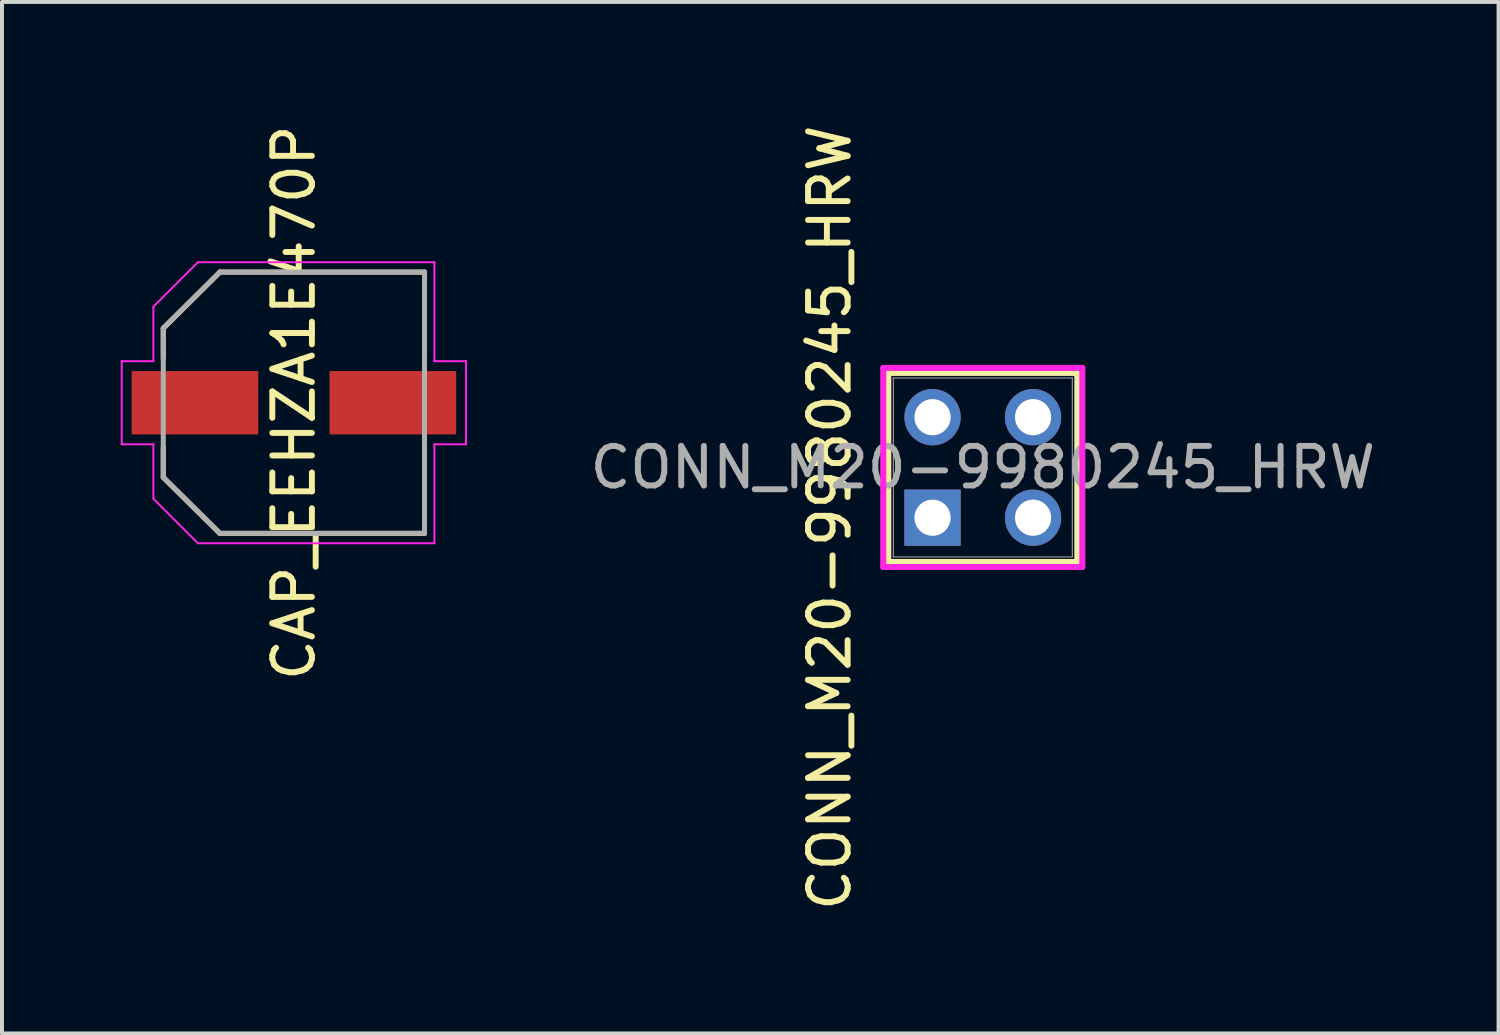
<source format=kicad_pcb>
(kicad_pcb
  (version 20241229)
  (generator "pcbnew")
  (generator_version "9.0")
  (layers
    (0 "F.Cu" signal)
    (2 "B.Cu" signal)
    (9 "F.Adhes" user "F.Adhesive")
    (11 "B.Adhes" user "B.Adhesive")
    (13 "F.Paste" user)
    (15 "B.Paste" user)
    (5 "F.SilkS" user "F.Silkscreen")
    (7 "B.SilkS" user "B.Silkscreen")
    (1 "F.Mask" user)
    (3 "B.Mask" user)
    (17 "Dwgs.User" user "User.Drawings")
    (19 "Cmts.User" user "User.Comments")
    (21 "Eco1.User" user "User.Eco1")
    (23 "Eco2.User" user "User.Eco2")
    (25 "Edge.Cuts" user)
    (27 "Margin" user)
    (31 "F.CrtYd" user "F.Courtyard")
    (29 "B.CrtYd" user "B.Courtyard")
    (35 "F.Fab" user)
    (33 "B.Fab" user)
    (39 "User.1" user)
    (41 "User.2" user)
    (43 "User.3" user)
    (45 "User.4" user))
  (footprint "CAP_EEHZA1E470P"
    (layer "F.Cu")
    (at 4.375 7.125)
    (property "Reference" "CAP_EEHZA1E470P" (at 0 0 90) (layer "F.SilkS") (effects (font (size 1 1) (thickness 0.15))))
    (attr smd)
    (fp_line (start -3.3 -1.12) (end -3.3 -1.88) (stroke (width 0.127) (type solid)) (layer "F.SilkS"))
    (fp_line (start -3.3 1.12) (end -3.3 1.88) (stroke (width 0.127) (type solid)) (layer "F.SilkS"))
    (fp_line (start -3.3 1.89) (end -1.87 3.3) (stroke (width 0.127) (type solid)) (layer "F.SilkS"))
    (fp_line (start -1.87 -3.3) (end -3.3 -1.88) (stroke (width 0.127) (type solid)) (layer "F.SilkS"))
    (fp_line (start -1.87 3.3) (end 3.3 3.3) (stroke (width 0.127) (type solid)) (layer "F.SilkS"))
    (fp_line (start 3.3 -3.3) (end -1.87 -3.3) (stroke (width 0.127) (type solid)) (layer "F.SilkS"))
    (fp_line (start 3.3 -1.12) (end 3.3 -3.3) (stroke (width 0.127) (type solid)) (layer "F.SilkS"))
    (fp_line (start 3.3 3.3) (end 3.3 1.12) (stroke (width 0.127) (type solid)) (layer "F.SilkS"))
    (fp_line (start -4.35 -1.05) (end -3.55 -1.05) (stroke (width 0.05) (type solid)) (layer "F.CrtYd"))
    (fp_line (start -4.35 1.05) (end -4.35 -1.05) (stroke (width 0.05) (type solid)) (layer "F.CrtYd"))
    (fp_line (start -3.55 -2.425) (end -2.425 -3.55) (stroke (width 0.05) (type solid)) (layer "F.CrtYd"))
    (fp_line (start -3.55 -1.05) (end -3.55 -2.425) (stroke (width 0.05) (type solid)) (layer "F.CrtYd"))
    (fp_line (start -3.55 1.05) (end -4.35 1.05) (stroke (width 0.05) (type solid)) (layer "F.CrtYd"))
    (fp_line (start -3.55 2.425) (end -3.55 1.05) (stroke (width 0.05) (type solid)) (layer "F.CrtYd"))
    (fp_line (start -2.425 -3.55) (end 3.55 -3.55) (stroke (width 0.05) (type solid)) (layer "F.CrtYd"))
    (fp_line (start -2.425 3.55) (end -3.55 2.425) (stroke (width 0.05) (type solid)) (layer "F.CrtYd"))
    (fp_line (start 3.55 -3.55) (end 3.55 -1.05) (stroke (width 0.05) (type solid)) (layer "F.CrtYd"))
    (fp_line (start 3.55 -1.05) (end 4.35 -1.05) (stroke (width 0.05) (type solid)) (layer "F.CrtYd"))
    (fp_line (start 3.55 1.05) (end 3.55 3.55) (stroke (width 0.05) (type solid)) (layer "F.CrtYd"))
    (fp_line (start 3.55 3.55) (end -2.425 3.55) (stroke (width 0.05) (type solid)) (layer "F.CrtYd"))
    (fp_line (start 4.35 -1.05) (end 4.35 1.05) (stroke (width 0.05) (type solid)) (layer "F.CrtYd"))
    (fp_line (start 4.35 1.05) (end 3.55 1.05) (stroke (width 0.05) (type solid)) (layer "F.CrtYd"))
    (fp_line (start -3.3 -1.88) (end -3.3 1.88) (stroke (width 0.127) (type solid)) (layer "F.Fab"))
    (fp_line (start -3.3 1.88) (end -1.87 3.3) (stroke (width 0.127) (type solid)) (layer "F.Fab"))
    (fp_line (start -1.87 -3.3) (end -3.3 -1.88) (stroke (width 0.127) (type solid)) (layer "F.Fab"))
    (fp_line (start -1.87 3.3) (end 3.3 3.3) (stroke (width 0.127) (type solid)) (layer "F.Fab"))
    (fp_line (start 3.3 -3.3) (end -1.87 -3.3) (stroke (width 0.127) (type solid)) (layer "F.Fab"))
    (fp_line (start 3.3 3.3) (end 3.3 -3.3) (stroke (width 0.127) (type solid)) (layer "F.Fab"))
    (pad "1" smd rect (at -2.5 0) (size 3.2 1.6) (layers "F.Cu" "F.Mask" "F.Paste"))
    (pad "2" smd rect (at 2.5 0) (size 3.2 1.6) (layers "F.Cu" "F.Mask" "F.Paste")))
  (footprint "CONN_M20-9980245_HRW"
    (layer "F.Cu")
    (at 20.51 10.03)
    (property "Reference" "CONN_M20-9980245_HRW" (at -2.6 0 90) (unlocked yes) (layer "F.SilkS") (effects (font (size 1 1) (thickness 0.15))))
    (attr through_hole)
    (fp_line (start -1.118 -3.658) (end -1.118 1.118) (stroke (width 0.152) (type solid)) (layer "F.SilkS"))
    (fp_line (start -1.118 1.118) (end 3.658 1.118) (stroke (width 0.152) (type solid)) (layer "F.SilkS"))
    (fp_line (start 3.658 -3.658) (end -1.118 -3.658) (stroke (width 0.152) (type solid)) (layer "F.SilkS"))
    (fp_line (start 3.658 1.118) (end 3.658 -3.658) (stroke (width 0.152) (type solid)) (layer "F.SilkS"))
    (fp_line (start -1.245 -3.785) (end -1.245 1.245) (stroke (width 0.152) (type solid)) (layer "F.CrtYd"))
    (fp_line (start -1.245 1.245) (end 3.785 1.245) (stroke (width 0.152) (type solid)) (layer "F.CrtYd"))
    (fp_line (start 3.785 -3.785) (end -1.245 -3.785) (stroke (width 0.152) (type solid)) (layer "F.CrtYd"))
    (fp_line (start 3.785 1.245) (end 3.785 -3.785) (stroke (width 0.152) (type solid)) (layer "F.CrtYd"))
    (fp_line (start -0.991 -3.531) (end -0.991 0.991) (stroke (width 0.025) (type solid)) (layer "F.Fab"))
    (fp_line (start -0.991 0.991) (end 3.531 0.991) (stroke (width 0.025) (type solid)) (layer "F.Fab"))
    (fp_line (start 3.531 -3.531) (end -0.991 -3.531) (stroke (width 0.025) (type solid)) (layer "F.Fab"))
    (fp_line (start 3.531 0.991) (end 3.531 -3.531) (stroke (width 0.025) (type solid)) (layer "F.Fab"))
    (fp_text user "${REFERENCE}" (at 1.27 -1.27 0) (unlocked yes) (layer "F.Fab") (effects (font (size 1 1) (thickness 0.15))))
    (pad "1" thru_hole rect (at 0 0) (size 1.422 1.422) (drill 0.914) (layers "*.Cu" "*.Mask"))
    (pad "2" thru_hole circle (at 0 -2.54) (size 1.422 1.422) (drill 0.914) (layers "*.Cu" "*.Mask"))
    (pad "3" thru_hole circle (at 2.54 0) (size 1.422 1.422) (drill 0.914) (layers "*.Cu" "*.Mask"))
    (pad "4" thru_hole circle (at 2.54 -2.54) (size 1.422 1.422) (drill 0.914) (layers "*.Cu" "*.Mask")))
  (gr_rect
    (start -3 -3)
    (end 34.81 23.06)
    (stroke (width 0.1) (type default))
    (fill no)
    (layer "Edge.Cuts")))
</source>
